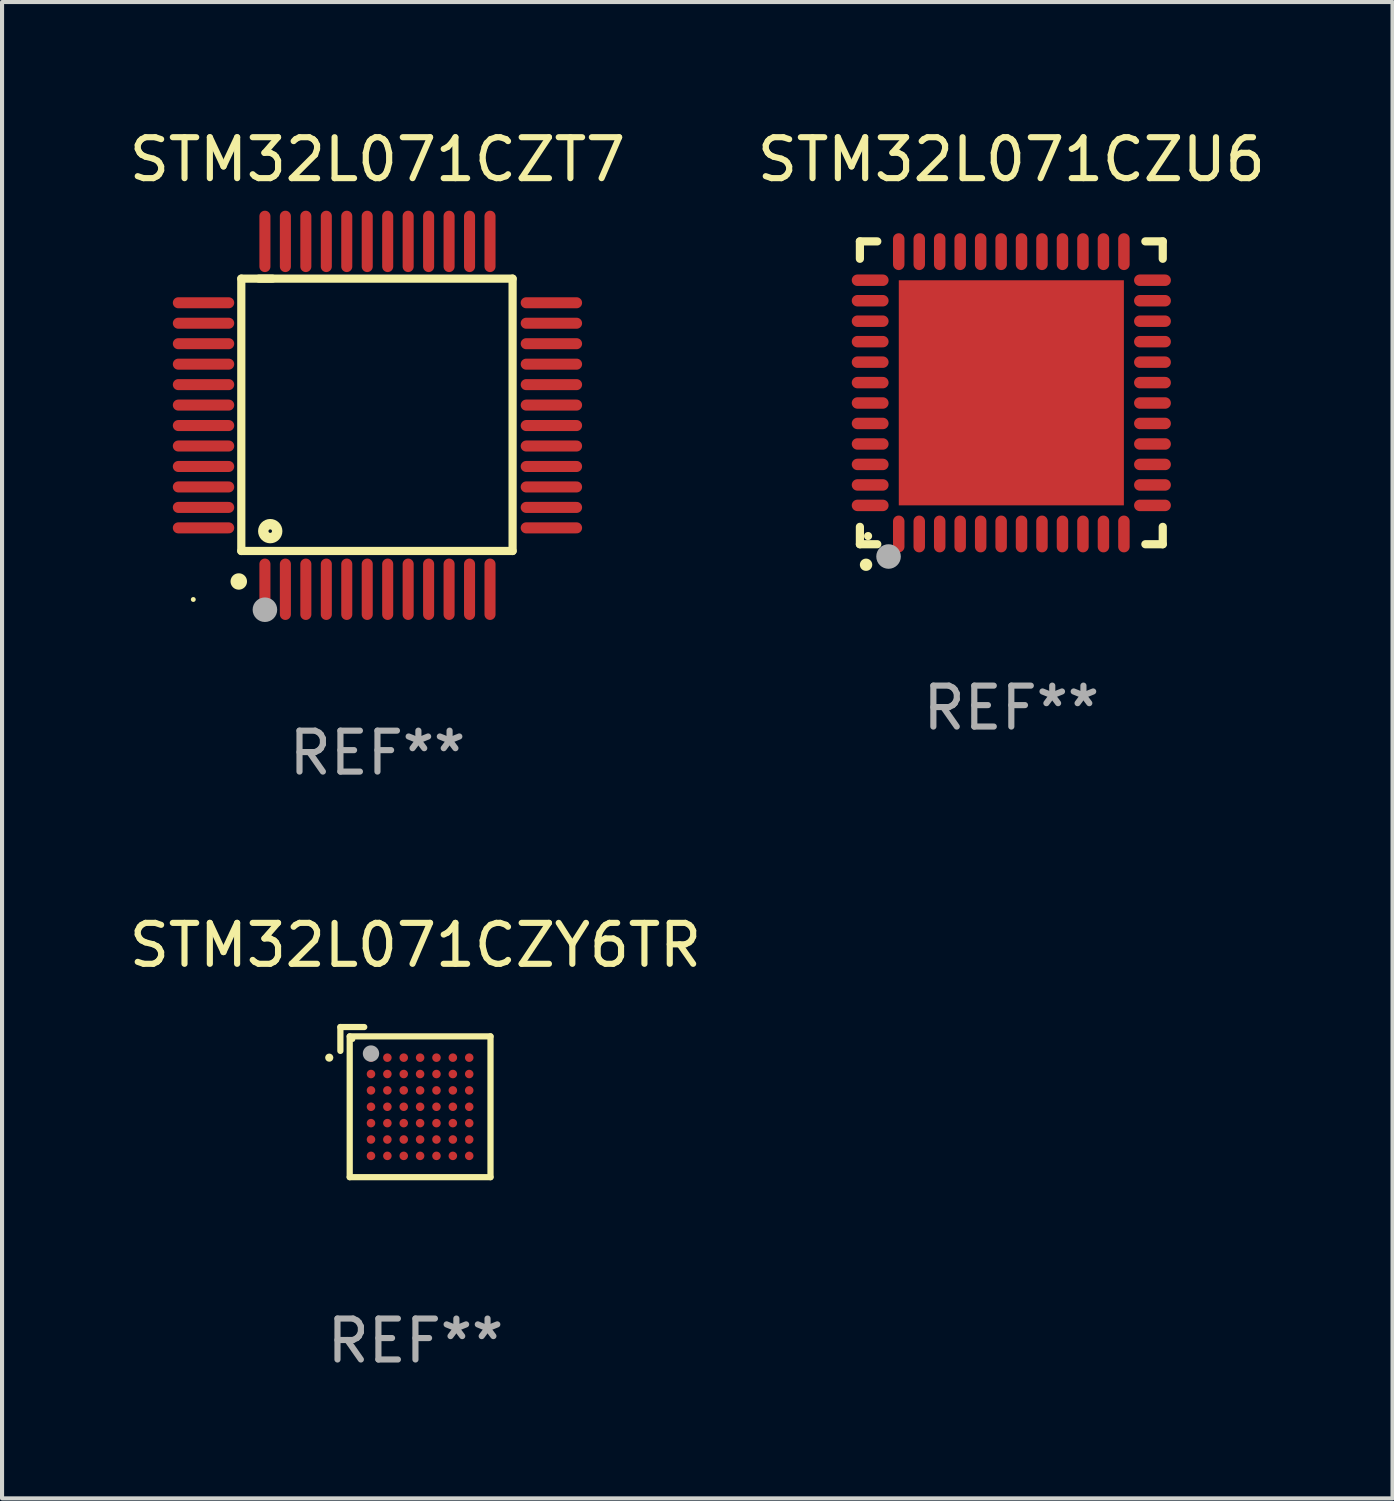
<source format=kicad_pcb>
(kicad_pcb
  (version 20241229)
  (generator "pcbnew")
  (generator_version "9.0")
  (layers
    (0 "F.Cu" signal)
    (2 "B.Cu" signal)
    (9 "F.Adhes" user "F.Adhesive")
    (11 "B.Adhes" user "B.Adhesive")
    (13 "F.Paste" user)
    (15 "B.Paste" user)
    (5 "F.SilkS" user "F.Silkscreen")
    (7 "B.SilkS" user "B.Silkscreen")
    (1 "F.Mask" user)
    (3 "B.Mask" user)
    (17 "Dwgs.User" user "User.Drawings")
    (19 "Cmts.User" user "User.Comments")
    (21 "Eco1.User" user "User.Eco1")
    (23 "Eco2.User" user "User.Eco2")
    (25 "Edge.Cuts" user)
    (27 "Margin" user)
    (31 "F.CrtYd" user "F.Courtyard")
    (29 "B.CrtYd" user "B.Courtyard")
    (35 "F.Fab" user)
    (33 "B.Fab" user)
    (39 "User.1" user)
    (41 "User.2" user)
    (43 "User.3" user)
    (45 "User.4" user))
  (footprint "STM32L071CZU6"
    (layer "F.Cu")
    (at 21.661 6.548)
    (property "Reference" "STM32L071CZU6" (at 0 -5.7 0) (layer "F.SilkS") (effects (font (size 1 1) (thickness 0.15))))
    (attr through_hole)
    (fp_line (start -3.7 -3.7) (end -3.275 -3.7) (stroke (width 0.2) (type solid)) (layer "F.SilkS"))
    (fp_line (start -3.7 -3.275) (end -3.7 -3.7) (stroke (width 0.2) (type solid)) (layer "F.SilkS"))
    (fp_line (start -3.7 3.7) (end -3.7 3.275) (stroke (width 0.2) (type solid)) (layer "F.SilkS"))
    (fp_line (start -3.275 3.7) (end -3.7 3.7) (stroke (width 0.2) (type solid)) (layer "F.SilkS"))
    (fp_line (start 3.7 -3.7) (end 3.275 -3.7) (stroke (width 0.2) (type solid)) (layer "F.SilkS"))
    (fp_line (start 3.7 -3.275) (end 3.7 -3.7) (stroke (width 0.2) (type solid)) (layer "F.SilkS"))
    (fp_line (start 3.7 3.275) (end 3.7 3.7) (stroke (width 0.2) (type solid)) (layer "F.SilkS"))
    (fp_line (start 3.7 3.7) (end 3.275 3.7) (stroke (width 0.2) (type solid)) (layer "F.SilkS"))
    (fp_arc (start -3.550927 4.201168) (mid -3.549657 4.201163) (end -3.548387 4.201168) (stroke (width 0.3) (type solid)) (layer "F.SilkS"))
    (fp_circle (center -3.5 3.5) (end -3.45 3.5) (stroke (width 0.1) (type solid)) (fill no) (layer "F.SilkS"))
    (fp_circle (center -3 4) (end -2.85 4) (stroke (width 0.3) (type solid)) (fill no) (layer "F.Fab"))
    (fp_text user "REF**" (at 0 7.7 0) (layer "F.Fab") (effects (font (size 1 1) (thickness 0.15))))
    (pad "1" smd oval (at -2.751 3.449) (size 0.28 0.9) (layers "F.Cu" "F.Mask" "F.Paste"))
    (pad "2" smd oval (at -2.25 3.449) (size 0.28 0.9) (layers "F.Cu" "F.Mask" "F.Paste"))
    (pad "3" smd oval (at -1.75 3.449) (size 0.28 0.9) (layers "F.Cu" "F.Mask" "F.Paste"))
    (pad "4" smd oval (at -1.25 3.449) (size 0.28 0.9) (layers "F.Cu" "F.Mask" "F.Paste"))
    (pad "5" smd oval (at -0.749 3.449) (size 0.28 0.9) (layers "F.Cu" "F.Mask" "F.Paste"))
    (pad "6" smd oval (at -0.249 3.449) (size 0.28 0.9) (layers "F.Cu" "F.Mask" "F.Paste"))
    (pad "7" smd oval (at 0.249 3.449) (size 0.28 0.9) (layers "F.Cu" "F.Mask" "F.Paste"))
    (pad "8" smd oval (at 0.749 3.449) (size 0.28 0.9) (layers "F.Cu" "F.Mask" "F.Paste"))
    (pad "9" smd oval (at 1.25 3.449) (size 0.28 0.9) (layers "F.Cu" "F.Mask" "F.Paste"))
    (pad "10" smd oval (at 1.75 3.449) (size 0.28 0.9) (layers "F.Cu" "F.Mask" "F.Paste"))
    (pad "11" smd oval (at 2.251 3.449) (size 0.28 0.9) (layers "F.Cu" "F.Mask" "F.Paste"))
    (pad "12" smd oval (at 2.751 3.449) (size 0.28 0.9) (layers "F.Cu" "F.Mask" "F.Paste"))
    (pad "13" smd oval (at 3.449 2.751) (size 0.9 0.28) (layers "F.Cu" "F.Mask" "F.Paste"))
    (pad "14" smd oval (at 3.449 2.251) (size 0.9 0.28) (layers "F.Cu" "F.Mask" "F.Paste"))
    (pad "15" smd oval (at 3.449 1.75) (size 0.9 0.28) (layers "F.Cu" "F.Mask" "F.Paste"))
    (pad "16" smd oval (at 3.449 1.25) (size 0.9 0.28) (layers "F.Cu" "F.Mask" "F.Paste"))
    (pad "17" smd oval (at 3.449 0.749) (size 0.9 0.28) (layers "F.Cu" "F.Mask" "F.Paste"))
    (pad "18" smd oval (at 3.449 0.249) (size 0.9 0.28) (layers "F.Cu" "F.Mask" "F.Paste"))
    (pad "19" smd oval (at 3.449 -0.249) (size 0.9 0.28) (layers "F.Cu" "F.Mask" "F.Paste"))
    (pad "20" smd oval (at 3.449 -0.749) (size 0.9 0.28) (layers "F.Cu" "F.Mask" "F.Paste"))
    (pad "21" smd oval (at 3.449 -1.25) (size 0.9 0.28) (layers "F.Cu" "F.Mask" "F.Paste"))
    (pad "22" smd oval (at 3.449 -1.75) (size 0.9 0.28) (layers "F.Cu" "F.Mask" "F.Paste"))
    (pad "23" smd oval (at 3.449 -2.25) (size 0.9 0.28) (layers "F.Cu" "F.Mask" "F.Paste"))
    (pad "24" smd oval (at 3.449 -2.751) (size 0.9 0.28) (layers "F.Cu" "F.Mask" "F.Paste"))
    (pad "25" smd oval (at 2.751 -3.449) (size 0.28 0.9) (layers "F.Cu" "F.Mask" "F.Paste"))
    (pad "26" smd oval (at 2.251 -3.449) (size 0.28 0.9) (layers "F.Cu" "F.Mask" "F.Paste"))
    (pad "27" smd oval (at 1.75 -3.449) (size 0.28 0.9) (layers "F.Cu" "F.Mask" "F.Paste"))
    (pad "28" smd oval (at 1.25 -3.449) (size 0.28 0.9) (layers "F.Cu" "F.Mask" "F.Paste"))
    (pad "29" smd oval (at 0.749 -3.449) (size 0.28 0.9) (layers "F.Cu" "F.Mask" "F.Paste"))
    (pad "30" smd oval (at 0.249 -3.449) (size 0.28 0.9) (layers "F.Cu" "F.Mask" "F.Paste"))
    (pad "31" smd oval (at -0.249 -3.449) (size 0.28 0.9) (layers "F.Cu" "F.Mask" "F.Paste"))
    (pad "32" smd oval (at -0.749 -3.449) (size 0.28 0.9) (layers "F.Cu" "F.Mask" "F.Paste"))
    (pad "33" smd oval (at -1.25 -3.449) (size 0.28 0.9) (layers "F.Cu" "F.Mask" "F.Paste"))
    (pad "34" smd oval (at -1.75 -3.449) (size 0.28 0.9) (layers "F.Cu" "F.Mask" "F.Paste"))
    (pad "35" smd oval (at -2.25 -3.449) (size 0.28 0.9) (layers "F.Cu" "F.Mask" "F.Paste"))
    (pad "36" smd oval (at -2.751 -3.449) (size 0.28 0.9) (layers "F.Cu" "F.Mask" "F.Paste"))
    (pad "37" smd oval (at -3.449 -2.751) (size 0.9 0.28) (layers "F.Cu" "F.Mask" "F.Paste"))
    (pad "38" smd oval (at -3.449 -2.25) (size 0.9 0.28) (layers "F.Cu" "F.Mask" "F.Paste"))
    (pad "39" smd oval (at -3.449 -1.75) (size 0.9 0.28) (layers "F.Cu" "F.Mask" "F.Paste"))
    (pad "40" smd oval (at -3.449 -1.25) (size 0.9 0.28) (layers "F.Cu" "F.Mask" "F.Paste"))
    (pad "41" smd oval (at -3.449 -0.749) (size 0.9 0.28) (layers "F.Cu" "F.Mask" "F.Paste"))
    (pad "42" smd oval (at -3.449 -0.249) (size 0.9 0.28) (layers "F.Cu" "F.Mask" "F.Paste"))
    (pad "43" smd oval (at -3.449 0.249) (size 0.9 0.28) (layers "F.Cu" "F.Mask" "F.Paste"))
    (pad "44" smd oval (at -3.449 0.749) (size 0.9 0.28) (layers "F.Cu" "F.Mask" "F.Paste"))
    (pad "45" smd oval (at -3.449 1.25) (size 0.9 0.28) (layers "F.Cu" "F.Mask" "F.Paste"))
    (pad "46" smd oval (at -3.449 1.75) (size 0.9 0.28) (layers "F.Cu" "F.Mask" "F.Paste"))
    (pad "47" smd oval (at -3.449 2.251) (size 0.9 0.28) (layers "F.Cu" "F.Mask" "F.Paste"))
    (pad "48" smd oval (at -3.449 2.751) (size 0.9 0.28) (layers "F.Cu" "F.Mask" "F.Paste"))
    (pad "49" smd rect (at 0.000076 0.000076) (size 5.5 5.5) (layers "F.Cu" "F.Mask" "F.Paste")))
  (footprint "STM32L071CZY6TR"
    (layer "F.Cu")
    (at 7.101 23.879)
    (property "Reference" "STM32L071CZY6TR" (at 0 -3.834 0) (layer "F.SilkS") (effects (font (size 1 1) (thickness 0.15))))
    (attr through_hole)
    (fp_line (start -1.834 -1.834) (end -1.251 -1.834) (stroke (width 0.152) (type solid)) (layer "F.SilkS"))
    (fp_line (start -1.834 -1.251) (end -1.834 -1.834) (stroke (width 0.152) (type solid)) (layer "F.SilkS"))
    (fp_line (start -1.606 -1.606) (end 1.834 -1.606) (stroke (width 0.152) (type solid)) (layer "F.SilkS"))
    (fp_line (start -1.606 1.834) (end -1.606 -1.606) (stroke (width 0.152) (type solid)) (layer "F.SilkS"))
    (fp_line (start 1.834 -1.606) (end 1.834 1.834) (stroke (width 0.152) (type solid)) (layer "F.SilkS"))
    (fp_line (start 1.834 1.834) (end -1.606 1.834) (stroke (width 0.152) (type solid)) (layer "F.SilkS"))
    (fp_circle (center -2.106 -1.086) (end -2.056 -1.086) (stroke (width 0.1) (type solid)) (fill no) (layer "F.SilkS"))
    (fp_circle (center -1.53 -1.53) (end -1.5 -1.53) (stroke (width 0.06) (type solid)) (fill no) (layer "F.SilkS"))
    (fp_circle (center -1.086 -1.186) (end -0.986 -1.186) (stroke (width 0.2) (type solid)) (fill no) (layer "F.Fab"))
    (fp_text user "REF**" (at 0 5.834 0) (layer "F.Fab") (effects (font (size 1 1) (thickness 0.15))))
    (pad "A1" smd circle (at -1.086 -1.086) (size 0.208 0.208) (layers "F.Cu" "F.Mask" "F.Paste"))
    (pad "A2" smd circle (at -0.686 -1.086) (size 0.208 0.208) (layers "F.Cu" "F.Mask" "F.Paste"))
    (pad "A3" smd circle (at -0.286 -1.086) (size 0.208 0.208) (layers "F.Cu" "F.Mask" "F.Paste"))
    (pad "A4" smd circle (at 0.114 -1.086) (size 0.208 0.208) (layers "F.Cu" "F.Mask" "F.Paste"))
    (pad "A5" smd circle (at 0.514 -1.086) (size 0.208 0.208) (layers "F.Cu" "F.Mask" "F.Paste"))
    (pad "A6" smd circle (at 0.914 -1.086) (size 0.208 0.208) (layers "F.Cu" "F.Mask" "F.Paste"))
    (pad "A7" smd circle (at 1.314 -1.086) (size 0.208 0.208) (layers "F.Cu" "F.Mask" "F.Paste"))
    (pad "B1" smd circle (at -1.086 -0.686) (size 0.208 0.208) (layers "F.Cu" "F.Mask" "F.Paste"))
    (pad "B2" smd circle (at -0.686 -0.686) (size 0.208 0.208) (layers "F.Cu" "F.Mask" "F.Paste"))
    (pad "B3" smd circle (at -0.286 -0.686) (size 0.208 0.208) (layers "F.Cu" "F.Mask" "F.Paste"))
    (pad "B4" smd circle (at 0.114 -0.686) (size 0.208 0.208) (layers "F.Cu" "F.Mask" "F.Paste"))
    (pad "B5" smd circle (at 0.514 -0.686) (size 0.208 0.208) (layers "F.Cu" "F.Mask" "F.Paste"))
    (pad "B6" smd circle (at 0.914 -0.686) (size 0.208 0.208) (layers "F.Cu" "F.Mask" "F.Paste"))
    (pad "B7" smd circle (at 1.314 -0.686) (size 0.208 0.208) (layers "F.Cu" "F.Mask" "F.Paste"))
    (pad "C1" smd circle (at -1.086 -0.286) (size 0.208 0.208) (layers "F.Cu" "F.Mask" "F.Paste"))
    (pad "C2" smd circle (at -0.686 -0.286) (size 0.208 0.208) (layers "F.Cu" "F.Mask" "F.Paste"))
    (pad "C3" smd circle (at -0.286 -0.286) (size 0.208 0.208) (layers "F.Cu" "F.Mask" "F.Paste"))
    (pad "C4" smd circle (at 0.114 -0.286) (size 0.208 0.208) (layers "F.Cu" "F.Mask" "F.Paste"))
    (pad "C5" smd circle (at 0.514 -0.286) (size 0.208 0.208) (layers "F.Cu" "F.Mask" "F.Paste"))
    (pad "C6" smd circle (at 0.914 -0.286) (size 0.208 0.208) (layers "F.Cu" "F.Mask" "F.Paste"))
    (pad "C7" smd circle (at 1.314 -0.286) (size 0.208 0.208) (layers "F.Cu" "F.Mask" "F.Paste"))
    (pad "D1" smd circle (at -1.086 0.114) (size 0.208 0.208) (layers "F.Cu" "F.Mask" "F.Paste"))
    (pad "D2" smd circle (at -0.686 0.114) (size 0.208 0.208) (layers "F.Cu" "F.Mask" "F.Paste"))
    (pad "D3" smd circle (at -0.286 0.114) (size 0.208 0.208) (layers "F.Cu" "F.Mask" "F.Paste"))
    (pad "D4" smd circle (at 0.114 0.114) (size 0.208 0.208) (layers "F.Cu" "F.Mask" "F.Paste"))
    (pad "D5" smd circle (at 0.514 0.114) (size 0.208 0.208) (layers "F.Cu" "F.Mask" "F.Paste"))
    (pad "D6" smd circle (at 0.914 0.114) (size 0.208 0.208) (layers "F.Cu" "F.Mask" "F.Paste"))
    (pad "D7" smd circle (at 1.314 0.114) (size 0.208 0.208) (layers "F.Cu" "F.Mask" "F.Paste"))
    (pad "E1" smd circle (at -1.086 0.514) (size 0.208 0.208) (layers "F.Cu" "F.Mask" "F.Paste"))
    (pad "E2" smd circle (at -0.686 0.514) (size 0.208 0.208) (layers "F.Cu" "F.Mask" "F.Paste"))
    (pad "E3" smd circle (at -0.286 0.514) (size 0.208 0.208) (layers "F.Cu" "F.Mask" "F.Paste"))
    (pad "E4" smd circle (at 0.114 0.514) (size 0.208 0.208) (layers "F.Cu" "F.Mask" "F.Paste"))
    (pad "E5" smd circle (at 0.514 0.514) (size 0.208 0.208) (layers "F.Cu" "F.Mask" "F.Paste"))
    (pad "E6" smd circle (at 0.914 0.514) (size 0.208 0.208) (layers "F.Cu" "F.Mask" "F.Paste"))
    (pad "E7" smd circle (at 1.314 0.514) (size 0.208 0.208) (layers "F.Cu" "F.Mask" "F.Paste"))
    (pad "F1" smd circle (at -1.086 0.914) (size 0.208 0.208) (layers "F.Cu" "F.Mask" "F.Paste"))
    (pad "F2" smd circle (at -0.686 0.914) (size 0.208 0.208) (layers "F.Cu" "F.Mask" "F.Paste"))
    (pad "F3" smd circle (at -0.286 0.914) (size 0.208 0.208) (layers "F.Cu" "F.Mask" "F.Paste"))
    (pad "F4" smd circle (at 0.114 0.914) (size 0.208 0.208) (layers "F.Cu" "F.Mask" "F.Paste"))
    (pad "F5" smd circle (at 0.514 0.914) (size 0.208 0.208) (layers "F.Cu" "F.Mask" "F.Paste"))
    (pad "F6" smd circle (at 0.914 0.914) (size 0.208 0.208) (layers "F.Cu" "F.Mask" "F.Paste"))
    (pad "F7" smd circle (at 1.314 0.914) (size 0.208 0.208) (layers "F.Cu" "F.Mask" "F.Paste"))
    (pad "G1" smd circle (at -1.086 1.314) (size 0.208 0.208) (layers "F.Cu" "F.Mask" "F.Paste"))
    (pad "G2" smd circle (at -0.686 1.314) (size 0.208 0.208) (layers "F.Cu" "F.Mask" "F.Paste"))
    (pad "G3" smd circle (at -0.286 1.314) (size 0.208 0.208) (layers "F.Cu" "F.Mask" "F.Paste"))
    (pad "G4" smd circle (at 0.114 1.314) (size 0.208 0.208) (layers "F.Cu" "F.Mask" "F.Paste"))
    (pad "G5" smd circle (at 0.514 1.314) (size 0.208 0.208) (layers "F.Cu" "F.Mask" "F.Paste"))
    (pad "G6" smd circle (at 0.914 1.314) (size 0.208 0.208) (layers "F.Cu" "F.Mask" "F.Paste"))
    (pad "G7" smd circle (at 1.314 1.314) (size 0.208 0.208) (layers "F.Cu" "F.Mask" "F.Paste")))
  (footprint "STM32L071CZT7"
    (layer "F.Cu")
    (at 6.173 7.098)
    (property "Reference" "STM32L071CZT7" (at 0 -6.25 0) (layer "F.SilkS") (effects (font (size 1 1) (thickness 0.15))))
    (attr through_hole)
    (fp_line (start -3.327 -3.34) (end -2.565 -3.34) (stroke (width 0.2) (type solid)) (layer "F.SilkS"))
    (fp_line (start -3.327 3.315) (end -3.327 -3.34) (stroke (width 0.2) (type solid)) (layer "F.SilkS"))
    (fp_line (start -2.896 -3.34) (end 3.302 -3.34) (stroke (width 0.2) (type solid)) (layer "F.SilkS"))
    (fp_line (start 3.302 -3.34) (end 3.302 3.315) (stroke (width 0.2) (type solid)) (layer "F.SilkS"))
    (fp_line (start 3.302 3.315) (end -3.327 3.315) (stroke (width 0.2) (type solid)) (layer "F.SilkS"))
    (fp_arc (start -3.389992 4.059995) (mid -3.388722 4.059991) (end -3.387452 4.059995) (stroke (width 0.4) (type solid)) (layer "F.SilkS"))
    (fp_circle (center -4.5 4.5) (end -4.47 4.5) (stroke (width 0.06) (type solid)) (fill no) (layer "F.SilkS"))
    (fp_circle (center -2.62 2.83) (end -2.45 2.83) (stroke (width 0.254) (type solid)) (fill no) (layer "F.SilkS"))
    (fp_circle (center -2.75 4.75) (end -2.6 4.75) (stroke (width 0.3) (type solid)) (fill no) (layer "F.Fab"))
    (fp_text user "REF**" (at 0 8.25 0) (layer "F.Fab") (effects (font (size 1 1) (thickness 0.15))))
    (pad "1" smd oval (at -2.75 4.25) (size 0.27 1.5) (layers "F.Cu" "F.Mask" "F.Paste"))
    (pad "2" smd oval (at -2.25 4.25) (size 0.27 1.5) (layers "F.Cu" "F.Mask" "F.Paste"))
    (pad "3" smd oval (at -1.75 4.25) (size 0.27 1.5) (layers "F.Cu" "F.Mask" "F.Paste"))
    (pad "4" smd oval (at -1.25 4.25) (size 0.27 1.5) (layers "F.Cu" "F.Mask" "F.Paste"))
    (pad "5" smd oval (at -0.75 4.25) (size 0.27 1.5) (layers "F.Cu" "F.Mask" "F.Paste"))
    (pad "6" smd oval (at -0.25 4.25) (size 0.27 1.5) (layers "F.Cu" "F.Mask" "F.Paste"))
    (pad "7" smd oval (at 0.25 4.25) (size 0.27 1.5) (layers "F.Cu" "F.Mask" "F.Paste"))
    (pad "8" smd oval (at 0.75 4.25) (size 0.27 1.5) (layers "F.Cu" "F.Mask" "F.Paste"))
    (pad "9" smd oval (at 1.25 4.25) (size 0.27 1.5) (layers "F.Cu" "F.Mask" "F.Paste"))
    (pad "10" smd oval (at 1.75 4.25) (size 0.27 1.5) (layers "F.Cu" "F.Mask" "F.Paste"))
    (pad "11" smd oval (at 2.25 4.25) (size 0.27 1.5) (layers "F.Cu" "F.Mask" "F.Paste"))
    (pad "12" smd oval (at 2.75 4.25) (size 0.27 1.5) (layers "F.Cu" "F.Mask" "F.Paste"))
    (pad "13" smd oval (at 4.25 2.75) (size 1.5 0.27) (layers "F.Cu" "F.Mask" "F.Paste"))
    (pad "14" smd oval (at 4.25 2.25) (size 1.5 0.27) (layers "F.Cu" "F.Mask" "F.Paste"))
    (pad "15" smd oval (at 4.25 1.75) (size 1.5 0.27) (layers "F.Cu" "F.Mask" "F.Paste"))
    (pad "16" smd oval (at 4.25 1.25) (size 1.5 0.27) (layers "F.Cu" "F.Mask" "F.Paste"))
    (pad "17" smd oval (at 4.25 0.75) (size 1.5 0.27) (layers "F.Cu" "F.Mask" "F.Paste"))
    (pad "18" smd oval (at 4.25 0.25) (size 1.5 0.27) (layers "F.Cu" "F.Mask" "F.Paste"))
    (pad "19" smd oval (at 4.25 -0.25) (size 1.5 0.27) (layers "F.Cu" "F.Mask" "F.Paste"))
    (pad "20" smd oval (at 4.25 -0.75) (size 1.5 0.27) (layers "F.Cu" "F.Mask" "F.Paste"))
    (pad "21" smd oval (at 4.25 -1.25) (size 1.5 0.27) (layers "F.Cu" "F.Mask" "F.Paste"))
    (pad "22" smd oval (at 4.25 -1.75) (size 1.5 0.27) (layers "F.Cu" "F.Mask" "F.Paste"))
    (pad "23" smd oval (at 4.25 -2.25) (size 1.5 0.27) (layers "F.Cu" "F.Mask" "F.Paste"))
    (pad "24" smd oval (at 4.25 -2.75) (size 1.5 0.27) (layers "F.Cu" "F.Mask" "F.Paste"))
    (pad "25" smd oval (at 2.75 -4.25) (size 0.27 1.5) (layers "F.Cu" "F.Mask" "F.Paste"))
    (pad "26" smd oval (at 2.25 -4.25) (size 0.27 1.5) (layers "F.Cu" "F.Mask" "F.Paste"))
    (pad "27" smd oval (at 1.75 -4.25) (size 0.27 1.5) (layers "F.Cu" "F.Mask" "F.Paste"))
    (pad "28" smd oval (at 1.25 -4.25) (size 0.27 1.5) (layers "F.Cu" "F.Mask" "F.Paste"))
    (pad "29" smd oval (at 0.75 -4.25) (size 0.27 1.5) (layers "F.Cu" "F.Mask" "F.Paste"))
    (pad "30" smd oval (at 0.25 -4.25) (size 0.27 1.5) (layers "F.Cu" "F.Mask" "F.Paste"))
    (pad "31" smd oval (at -0.25 -4.25) (size 0.27 1.5) (layers "F.Cu" "F.Mask" "F.Paste"))
    (pad "32" smd oval (at -0.75 -4.25) (size 0.27 1.5) (layers "F.Cu" "F.Mask" "F.Paste"))
    (pad "33" smd oval (at -1.25 -4.25) (size 0.27 1.5) (layers "F.Cu" "F.Mask" "F.Paste"))
    (pad "34" smd oval (at -1.75 -4.25) (size 0.27 1.5) (layers "F.Cu" "F.Mask" "F.Paste"))
    (pad "35" smd oval (at -2.25 -4.25) (size 0.27 1.5) (layers "F.Cu" "F.Mask" "F.Paste"))
    (pad "36" smd oval (at -2.75 -4.25) (size 0.27 1.5) (layers "F.Cu" "F.Mask" "F.Paste"))
    (pad "37" smd oval (at -4.25 -2.75) (size 1.5 0.27) (layers "F.Cu" "F.Mask" "F.Paste"))
    (pad "38" smd oval (at -4.25 -2.25) (size 1.5 0.27) (layers "F.Cu" "F.Mask" "F.Paste"))
    (pad "39" smd oval (at -4.25 -1.75) (size 1.5 0.27) (layers "F.Cu" "F.Mask" "F.Paste"))
    (pad "40" smd oval (at -4.25 -1.25) (size 1.5 0.27) (layers "F.Cu" "F.Mask" "F.Paste"))
    (pad "41" smd oval (at -4.25 -0.75) (size 1.5 0.27) (layers "F.Cu" "F.Mask" "F.Paste"))
    (pad "42" smd oval (at -4.25 -0.25) (size 1.5 0.27) (layers "F.Cu" "F.Mask" "F.Paste"))
    (pad "43" smd oval (at -4.25 0.25) (size 1.5 0.27) (layers "F.Cu" "F.Mask" "F.Paste"))
    (pad "44" smd oval (at -4.25 0.75) (size 1.5 0.27) (layers "F.Cu" "F.Mask" "F.Paste"))
    (pad "45" smd oval (at -4.25 1.25) (size 1.5 0.27) (layers "F.Cu" "F.Mask" "F.Paste"))
    (pad "46" smd oval (at -4.25 1.75) (size 1.5 0.27) (layers "F.Cu" "F.Mask" "F.Paste"))
    (pad "47" smd oval (at -4.25 2.25) (size 1.5 0.27) (layers "F.Cu" "F.Mask" "F.Paste"))
    (pad "48" smd oval (at -4.25 2.75) (size 1.5 0.27) (layers "F.Cu" "F.Mask" "F.Paste")))
  (gr_rect
    (start -3 -3)
    (end 30.976 33.562)
    (stroke (width 0.1) (type default))
    (fill no)
    (layer "Edge.Cuts")))
</source>
